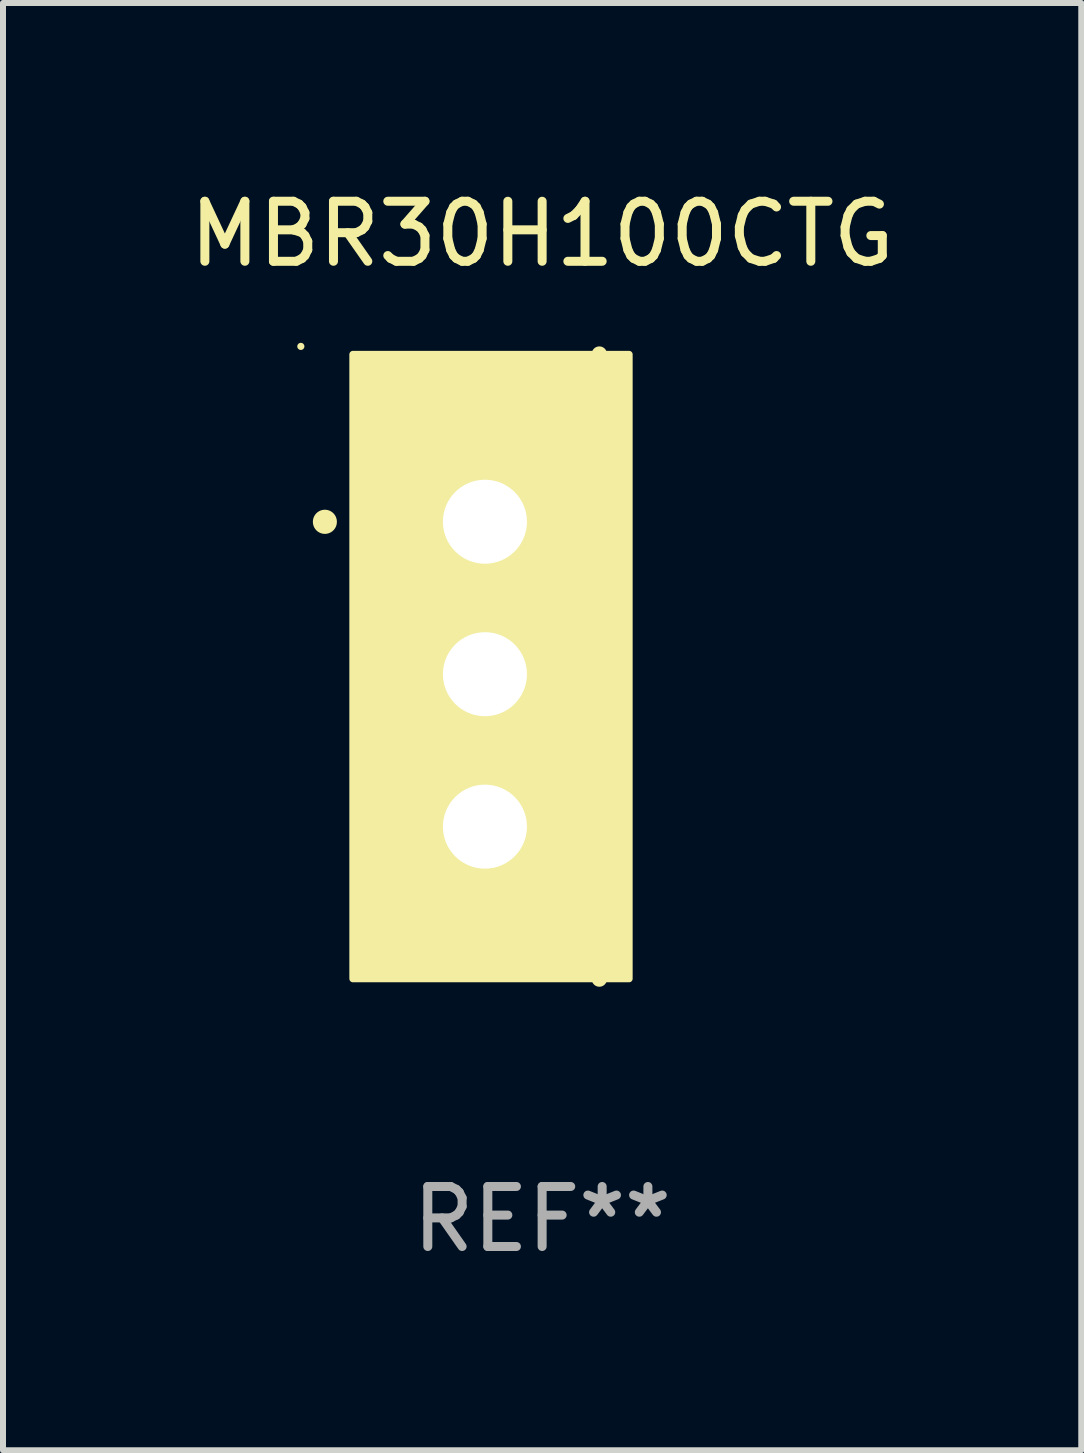
<source format=kicad_pcb>
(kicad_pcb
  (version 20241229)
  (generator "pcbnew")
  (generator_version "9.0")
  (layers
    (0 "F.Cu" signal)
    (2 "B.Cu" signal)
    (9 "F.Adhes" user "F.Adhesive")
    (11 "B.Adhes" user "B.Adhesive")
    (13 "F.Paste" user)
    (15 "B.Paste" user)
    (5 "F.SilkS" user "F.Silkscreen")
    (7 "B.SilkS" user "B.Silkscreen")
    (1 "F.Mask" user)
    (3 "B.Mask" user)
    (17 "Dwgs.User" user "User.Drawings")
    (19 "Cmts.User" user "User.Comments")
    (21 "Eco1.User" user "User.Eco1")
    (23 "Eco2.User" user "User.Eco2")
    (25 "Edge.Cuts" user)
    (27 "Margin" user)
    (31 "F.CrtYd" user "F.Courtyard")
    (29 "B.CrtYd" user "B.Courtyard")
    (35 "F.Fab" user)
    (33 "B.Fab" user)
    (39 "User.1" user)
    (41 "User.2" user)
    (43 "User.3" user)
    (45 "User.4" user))
  (footprint "MBR30H100CTG"
    (layer "F.Cu")
    (at 5.982 8.055)
    (property "Reference" "MBR30H100CTG" (at 0 -7.207 0) (layer "F.SilkS") (effects (font (size 1 1) (thickness 0.15))))
    (attr through_hole)
    (fp_line (start 0.953 5.207) (end 0.953 -5.207) (stroke (width 0.254) (type solid)) (layer "F.SilkS"))
    (fp_arc (start -3.619507 -2.410465) (mid -3.619511 -2.411735) (end -3.619507 -2.413005) (stroke (width 0.4) (type solid)) (layer "F.SilkS"))
    (fp_circle (center -4.02 -5.334) (end -3.99 -5.334) (stroke (width 0.06) (type solid)) (fill no) (layer "F.SilkS"))
    (fp_poly (pts (xy -3.152 -5.2) (xy 1.448 -5.2) (xy 1.448 5.2) (xy -3.152 5.2)) (stroke (width 0.12) (type solid)) (fill yes) (layer "F.SilkS"))
    (fp_text user "REF**" (at 0 9.207 0) (layer "F.Fab") (effects (font (size 1 1) (thickness 0.15))))
    (pad "1" thru_hole rect (at -0.953 -2.413 270) (size 2 2.5) (drill 1.4) (layers "*.Cu" "*.Mask"))
    (pad "2" thru_hole oval (at -0.953 0.127 270) (size 2 2.5) (drill 1.4) (layers "*.Cu" "*.Mask"))
    (pad "3" thru_hole oval (at -0.953 2.667 270) (size 2 2.5) (drill 1.4) (layers "*.Cu" "*.Mask")))
  (gr_rect
    (start -3 -3)
    (end 14.964 21.111)
    (stroke (width 0.1) (type default))
    (fill no)
    (layer "Edge.Cuts")))
</source>
